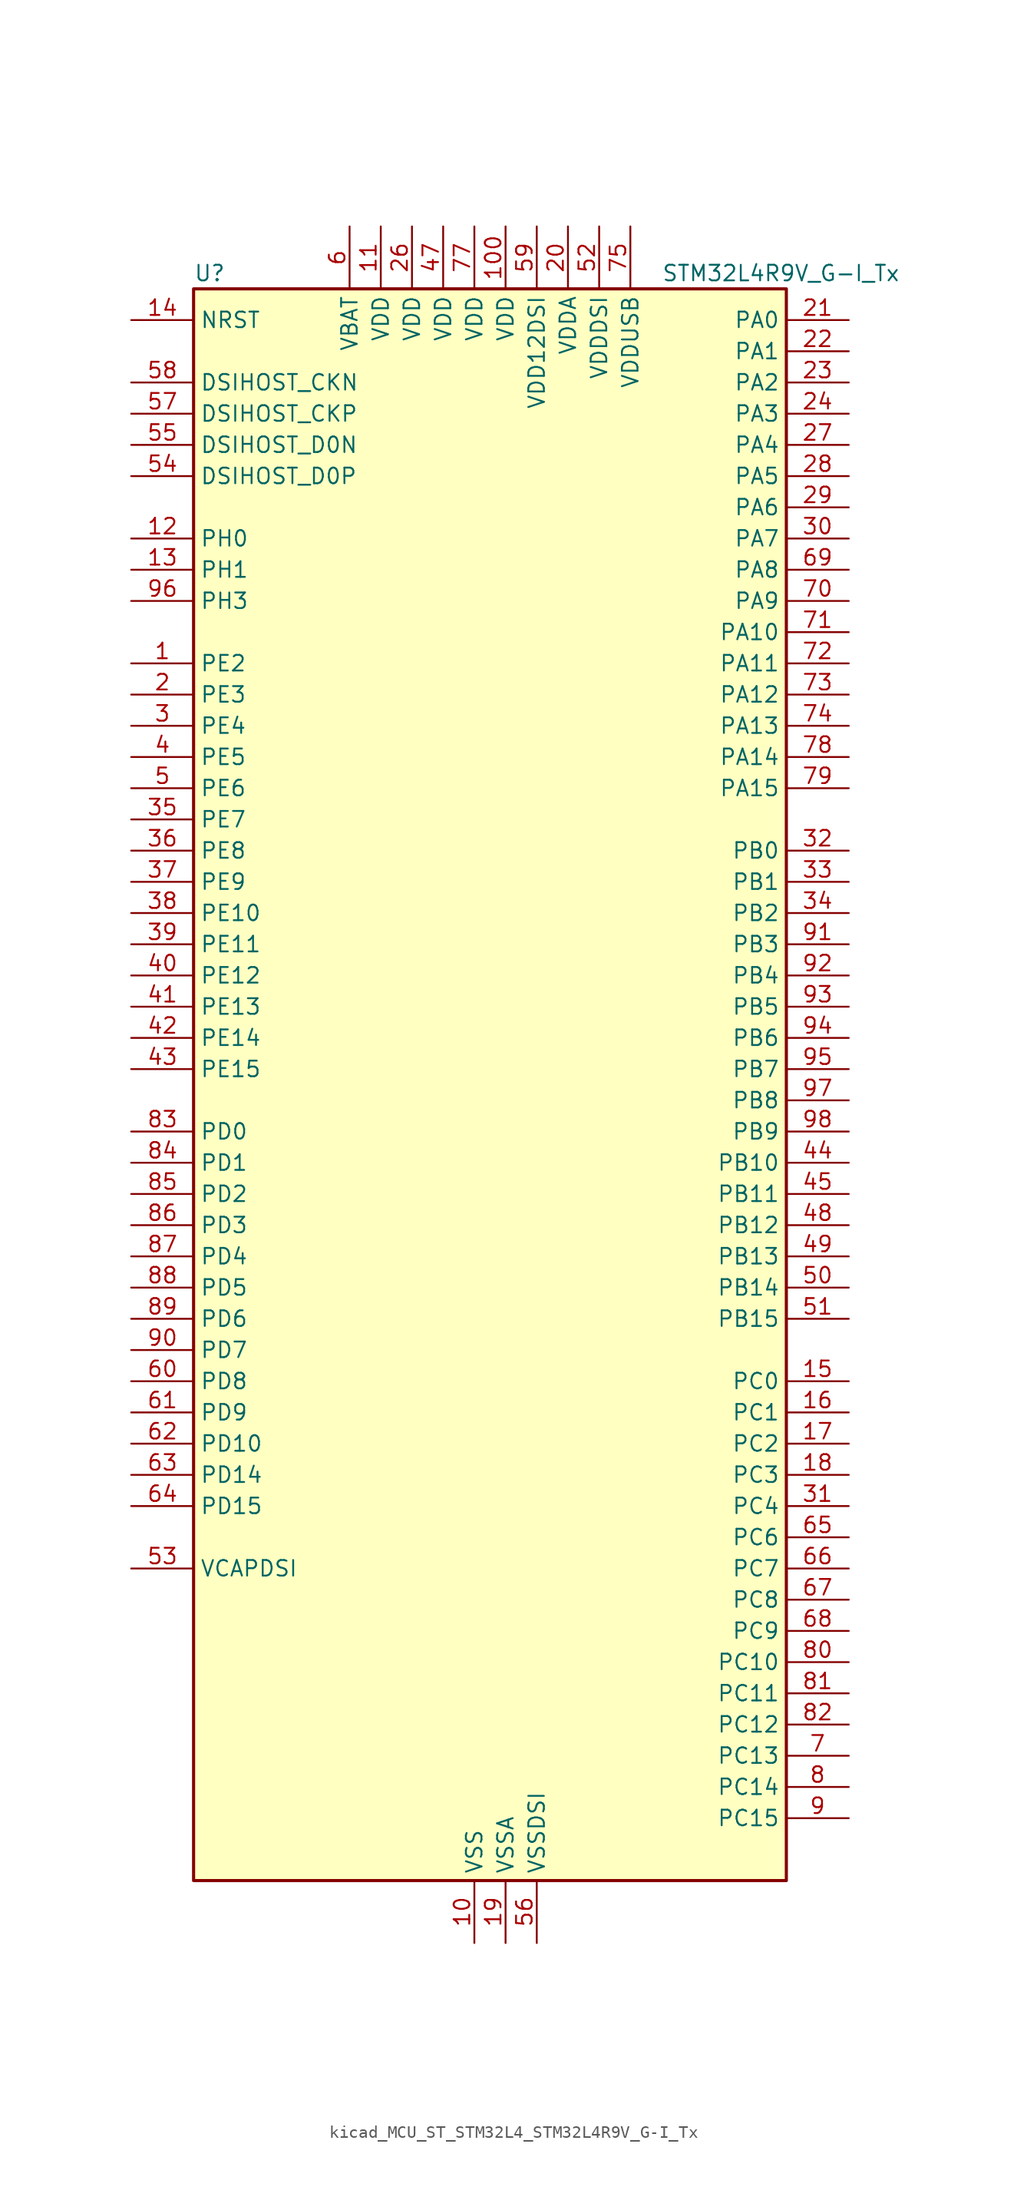
<source format=kicad_sym>
(kicad_symbol_lib
  (version 20220914)
  (generator kicad_symbol_editor)
  (symbol "kicad_MCU_ST_STM32L4_STM32L4R9V_G-I_Tx"
    (property "Reference" "U"
      (at -22.86 67.31 0)
      (effects (font (size 1.27 1.27)) (justify left)))
    (property "Value" "STM32L4R9V_G-I_Tx"
      (at 15.24 67.31 0)
      (effects (font (size 1.27 1.27)) (justify left)))
    (property "ki_locked" ""
      (at 0 0 0)
      (effects (font (size 1.27 1.27))))
    (symbol "kicad_MCU_ST_STM32L4_STM32L4R9V_G-I_Tx_0_1"
      (rectangle (start -22.86 -63.5) (end 25.4 66.04) (stroke (width 0.254) (type default)) (fill (type background))))
    (symbol "kicad_MCU_ST_STM32L4_STM32L4R9V_G-I_Tx_1_1"
      (pin bidirectional line (at -27.94 35.56 0) (length 5.08) (name "PE2" (effects (font (size 1.27 1.27)))) (number "1" (effects (font (size 1.27 1.27)))) (alternate "FMC_A23" bidirectional line) (alternate "LTDC_R0" bidirectional line) (alternate "SAI1_CK1" bidirectional line) (alternate "SAI1_MCLK_A" bidirectional line) (alternate "SYS_TRACECLK" bidirectional line) (alternate "TIM3_ETR" bidirectional line) (alternate "TSC_G7_IO1" bidirectional line))
      (pin power_in line (at 0 -68.58 90) (length 5.08) (name "VSS" (effects (font (size 1.27 1.27)))) (number "10" (effects (font (size 1.27 1.27)))))
      (pin power_in line (at 2.54 71.12 270) (length 5.08) (name "VDD" (effects (font (size 1.27 1.27)))) (number "100" (effects (font (size 1.27 1.27)))))
      (pin power_in line (at -7.62 71.12 270) (length 5.08) (name "VDD" (effects (font (size 1.27 1.27)))) (number "11" (effects (font (size 1.27 1.27)))))
      (pin bidirectional line (at -27.94 45.72 0) (length 5.08) (name "PH0" (effects (font (size 1.27 1.27)))) (number "12" (effects (font (size 1.27 1.27)))) (alternate "RCC_OSC_IN" bidirectional line))
      (pin bidirectional line (at -27.94 43.18 0) (length 5.08) (name "PH1" (effects (font (size 1.27 1.27)))) (number "13" (effects (font (size 1.27 1.27)))) (alternate "RCC_OSC_OUT" bidirectional line))
      (pin input line (at -27.94 63.5 0) (length 5.08) (name "NRST" (effects (font (size 1.27 1.27)))) (number "14" (effects (font (size 1.27 1.27)))))
      (pin bidirectional line (at 30.48 -22.86 180) (length 5.08) (name "PC0" (effects (font (size 1.27 1.27)))) (number "15" (effects (font (size 1.27 1.27)))) (alternate "ADC1_IN1" bidirectional line) (alternate "DFSDM1_DATIN4" bidirectional line) (alternate "I2C3_SCL" bidirectional line) (alternate "LPTIM1_IN1" bidirectional line) (alternate "LPTIM2_IN1" bidirectional line) (alternate "LPUART1_RX" bidirectional line) (alternate "SAI2_FS_A" bidirectional line))
      (pin bidirectional line (at 30.48 -25.4 180) (length 5.08) (name "PC1" (effects (font (size 1.27 1.27)))) (number "16" (effects (font (size 1.27 1.27)))) (alternate "ADC1_IN2" bidirectional line) (alternate "DFSDM1_CKIN4" bidirectional line) (alternate "I2C3_SDA" bidirectional line) (alternate "LPTIM1_OUT" bidirectional line) (alternate "LPUART1_TX" bidirectional line) (alternate "OCTOSPIM_P1_IO4" bidirectional line) (alternate "SAI1_SD_A" bidirectional line) (alternate "SPI2_MOSI" bidirectional line) (alternate "SYS_TRACED0" bidirectional line))
      (pin bidirectional line (at 30.48 -27.94 180) (length 5.08) (name "PC2" (effects (font (size 1.27 1.27)))) (number "17" (effects (font (size 1.27 1.27)))) (alternate "ADC1_IN3" bidirectional line) (alternate "DFSDM1_CKOUT" bidirectional line) (alternate "LPTIM1_IN2" bidirectional line) (alternate "OCTOSPIM_P1_IO5" bidirectional line) (alternate "SPI2_MISO" bidirectional line))
      (pin bidirectional line (at 30.48 -30.48 180) (length 5.08) (name "PC3" (effects (font (size 1.27 1.27)))) (number "18" (effects (font (size 1.27 1.27)))) (alternate "ADC1_IN4" bidirectional line) (alternate "LPTIM1_ETR" bidirectional line) (alternate "LPTIM2_ETR" bidirectional line) (alternate "OCTOSPIM_P1_IO6" bidirectional line) (alternate "SAI1_D1" bidirectional line) (alternate "SAI1_SD_A" bidirectional line) (alternate "SPI2_MOSI" bidirectional line))
      (pin power_in line (at 2.54 -68.58 90) (length 5.08) (name "VSSA" (effects (font (size 1.27 1.27)))) (number "19" (effects (font (size 1.27 1.27)))))
      (pin bidirectional line (at -27.94 33.02 0) (length 5.08) (name "PE3" (effects (font (size 1.27 1.27)))) (number "2" (effects (font (size 1.27 1.27)))) (alternate "FMC_A19" bidirectional line) (alternate "LTDC_R1" bidirectional line) (alternate "OCTOSPIM_P1_DQS" bidirectional line) (alternate "SAI1_SD_B" bidirectional line) (alternate "SYS_TRACED0" bidirectional line) (alternate "TIM3_CH1" bidirectional line) (alternate "TSC_G7_IO2" bidirectional line))
      (pin power_in line (at 7.62 71.12 270) (length 5.08) (name "VDDA" (effects (font (size 1.27 1.27)))) (number "20" (effects (font (size 1.27 1.27)))))
      (pin bidirectional line (at 30.48 63.5 180) (length 5.08) (name "PA0" (effects (font (size 1.27 1.27)))) (number "21" (effects (font (size 1.27 1.27)))) (alternate "ADC1_IN5" bidirectional line) (alternate "OPAMP1_VINP" bidirectional line) (alternate "RTC_TAMP2" bidirectional line) (alternate "SAI1_EXTCLK" bidirectional line) (alternate "SYS_WKUP1" bidirectional line) (alternate "TIM2_CH1" bidirectional line) (alternate "TIM2_ETR" bidirectional line) (alternate "TIM5_CH1" bidirectional line) (alternate "TIM8_ETR" bidirectional line) (alternate "UART4_TX" bidirectional line) (alternate "USART2_CTS" bidirectional line) (alternate "USART2_NSS" bidirectional line))
      (pin bidirectional line (at 30.48 60.96 180) (length 5.08) (name "PA1" (effects (font (size 1.27 1.27)))) (number "22" (effects (font (size 1.27 1.27)))) (alternate "ADC1_IN6" bidirectional line) (alternate "I2C1_SMBA" bidirectional line) (alternate "OCTOSPIM_P1_DQS" bidirectional line) (alternate "OPAMP1_VINM" bidirectional line) (alternate "SPI1_SCK" bidirectional line) (alternate "TIM15_CH1N" bidirectional line) (alternate "TIM2_CH2" bidirectional line) (alternate "TIM5_CH2" bidirectional line) (alternate "UART4_RX" bidirectional line) (alternate "USART2_DE" bidirectional line) (alternate "USART2_RTS" bidirectional line))
      (pin bidirectional line (at 30.48 58.42 180) (length 5.08) (name "PA2" (effects (font (size 1.27 1.27)))) (number "23" (effects (font (size 1.27 1.27)))) (alternate "ADC1_IN7" bidirectional line) (alternate "LPUART1_TX" bidirectional line) (alternate "OCTOSPIM_P1_NCS" bidirectional line) (alternate "RCC_LSCO" bidirectional line) (alternate "SAI2_EXTCLK" bidirectional line) (alternate "SYS_WKUP4" bidirectional line) (alternate "TIM15_CH1" bidirectional line) (alternate "TIM2_CH3" bidirectional line) (alternate "TIM5_CH3" bidirectional line) (alternate "USART2_TX" bidirectional line))
      (pin bidirectional line (at 30.48 55.88 180) (length 5.08) (name "PA3" (effects (font (size 1.27 1.27)))) (number "24" (effects (font (size 1.27 1.27)))) (alternate "ADC1_IN8" bidirectional line) (alternate "LPUART1_RX" bidirectional line) (alternate "OCTOSPIM_P1_CLK" bidirectional line) (alternate "OPAMP1_VOUT" bidirectional line) (alternate "SAI1_CK1" bidirectional line) (alternate "SAI1_MCLK_A" bidirectional line) (alternate "TIM15_CH2" bidirectional line) (alternate "TIM2_CH4" bidirectional line) (alternate "TIM5_CH4" bidirectional line) (alternate "USART2_RX" bidirectional line))
      (pin passive line (at 0 -68.58 90) (length 5.08) hide (name "VSS" (effects (font (size 1.27 1.27)))) (number "25" (effects (font (size 1.27 1.27)))))
      (pin power_in line (at -5.08 71.12 270) (length 5.08) (name "VDD" (effects (font (size 1.27 1.27)))) (number "26" (effects (font (size 1.27 1.27)))))
      (pin bidirectional line (at 30.48 53.34 180) (length 5.08) (name "PA4" (effects (font (size 1.27 1.27)))) (number "27" (effects (font (size 1.27 1.27)))) (alternate "ADC1_IN9" bidirectional line) (alternate "DAC1_OUT1" bidirectional line) (alternate "DCMI_HSYNC" bidirectional line) (alternate "LPTIM2_OUT" bidirectional line) (alternate "OCTOSPIM_P1_NCS" bidirectional line) (alternate "SAI1_FS_B" bidirectional line) (alternate "SPI1_NSS" bidirectional line) (alternate "SPI3_NSS" bidirectional line) (alternate "USART2_CK" bidirectional line))
      (pin bidirectional line (at 30.48 50.8 180) (length 5.08) (name "PA5" (effects (font (size 1.27 1.27)))) (number "28" (effects (font (size 1.27 1.27)))) (alternate "ADC1_IN10" bidirectional line) (alternate "DAC1_OUT2" bidirectional line) (alternate "LPTIM2_ETR" bidirectional line) (alternate "SPI1_SCK" bidirectional line) (alternate "TIM2_CH1" bidirectional line) (alternate "TIM2_ETR" bidirectional line) (alternate "TIM8_CH1N" bidirectional line))
      (pin bidirectional line (at 30.48 48.26 180) (length 5.08) (name "PA6" (effects (font (size 1.27 1.27)))) (number "29" (effects (font (size 1.27 1.27)))) (alternate "ADC1_IN11" bidirectional line) (alternate "DCMI_PIXCLK" bidirectional line) (alternate "LPUART1_CTS" bidirectional line) (alternate "OCTOSPIM_P1_IO3" bidirectional line) (alternate "OPAMP2_VINP" bidirectional line) (alternate "SPI1_MISO" bidirectional line) (alternate "TIM16_CH1" bidirectional line) (alternate "TIM1_BKIN" bidirectional line) (alternate "TIM3_CH1" bidirectional line) (alternate "TIM8_BKIN" bidirectional line) (alternate "USART3_CTS" bidirectional line) (alternate "USART3_NSS" bidirectional line))
      (pin bidirectional line (at -27.94 30.48 0) (length 5.08) (name "PE4" (effects (font (size 1.27 1.27)))) (number "3" (effects (font (size 1.27 1.27)))) (alternate "DCMI_D4" bidirectional line) (alternate "DFSDM1_DATIN3" bidirectional line) (alternate "FMC_A20" bidirectional line) (alternate "LTDC_B0" bidirectional line) (alternate "SAI1_D2" bidirectional line) (alternate "SAI1_FS_A" bidirectional line) (alternate "SYS_TRACED1" bidirectional line) (alternate "TIM3_CH2" bidirectional line) (alternate "TSC_G7_IO3" bidirectional line))
      (pin bidirectional line (at 30.48 45.72 180) (length 5.08) (name "PA7" (effects (font (size 1.27 1.27)))) (number "30" (effects (font (size 1.27 1.27)))) (alternate "ADC1_IN12" bidirectional line) (alternate "I2C3_SCL" bidirectional line) (alternate "OCTOSPIM_P1_IO2" bidirectional line) (alternate "OPAMP2_VINM" bidirectional line) (alternate "SPI1_MOSI" bidirectional line) (alternate "TIM17_CH1" bidirectional line) (alternate "TIM1_CH1N" bidirectional line) (alternate "TIM3_CH2" bidirectional line) (alternate "TIM8_CH1N" bidirectional line))
      (pin bidirectional line (at 30.48 -33.02 180) (length 5.08) (name "PC4" (effects (font (size 1.27 1.27)))) (number "31" (effects (font (size 1.27 1.27)))) (alternate "ADC1_IN13" bidirectional line) (alternate "COMP1_INM" bidirectional line) (alternate "OCTOSPIM_P1_IO7" bidirectional line) (alternate "USART3_TX" bidirectional line))
      (pin bidirectional line (at 30.48 20.32 180) (length 5.08) (name "PB0" (effects (font (size 1.27 1.27)))) (number "32" (effects (font (size 1.27 1.27)))) (alternate "ADC1_IN15" bidirectional line) (alternate "COMP1_OUT" bidirectional line) (alternate "OCTOSPIM_P1_IO1" bidirectional line) (alternate "OPAMP2_VOUT" bidirectional line) (alternate "SAI1_EXTCLK" bidirectional line) (alternate "SPI1_NSS" bidirectional line) (alternate "TIM1_CH2N" bidirectional line) (alternate "TIM3_CH3" bidirectional line) (alternate "TIM8_CH2N" bidirectional line) (alternate "USART3_CK" bidirectional line))
      (pin bidirectional line (at 30.48 17.78 180) (length 5.08) (name "PB1" (effects (font (size 1.27 1.27)))) (number "33" (effects (font (size 1.27 1.27)))) (alternate "ADC1_IN16" bidirectional line) (alternate "COMP1_INM" bidirectional line) (alternate "DFSDM1_DATIN0" bidirectional line) (alternate "LPTIM2_IN1" bidirectional line) (alternate "LPUART1_DE" bidirectional line) (alternate "LPUART1_RTS" bidirectional line) (alternate "OCTOSPIM_P1_IO0" bidirectional line) (alternate "TIM1_CH3N" bidirectional line) (alternate "TIM3_CH4" bidirectional line) (alternate "TIM8_CH3N" bidirectional line) (alternate "USART3_DE" bidirectional line) (alternate "USART3_RTS" bidirectional line))
      (pin bidirectional line (at 30.48 15.24 180) (length 5.08) (name "PB2" (effects (font (size 1.27 1.27)))) (number "34" (effects (font (size 1.27 1.27)))) (alternate "COMP1_INP" bidirectional line) (alternate "DFSDM1_CKIN0" bidirectional line) (alternate "I2C3_SMBA" bidirectional line) (alternate "LPTIM1_OUT" bidirectional line) (alternate "LTDC_B1" bidirectional line) (alternate "OCTOSPIM_P1_DQS" bidirectional line) (alternate "RTC_OUT_ALARM" bidirectional line) (alternate "RTC_OUT_CALIB" bidirectional line))
      (pin bidirectional line (at -27.94 22.86 0) (length 5.08) (name "PE7" (effects (font (size 1.27 1.27)))) (number "35" (effects (font (size 1.27 1.27)))) (alternate "DFSDM1_DATIN2" bidirectional line) (alternate "FMC_D4" bidirectional line) (alternate "FMC_DA4" bidirectional line) (alternate "LTDC_B6" bidirectional line) (alternate "SAI1_SD_B" bidirectional line) (alternate "TIM1_ETR" bidirectional line))
      (pin bidirectional line (at -27.94 20.32 0) (length 5.08) (name "PE8" (effects (font (size 1.27 1.27)))) (number "36" (effects (font (size 1.27 1.27)))) (alternate "DFSDM1_CKIN2" bidirectional line) (alternate "FMC_D5" bidirectional line) (alternate "FMC_DA5" bidirectional line) (alternate "LTDC_B7" bidirectional line) (alternate "SAI1_SCK_B" bidirectional line) (alternate "TIM1_CH1N" bidirectional line))
      (pin bidirectional line (at -27.94 17.78 0) (length 5.08) (name "PE9" (effects (font (size 1.27 1.27)))) (number "37" (effects (font (size 1.27 1.27)))) (alternate "DAC1_EXTI9" bidirectional line) (alternate "DFSDM1_CKOUT" bidirectional line) (alternate "FMC_D6" bidirectional line) (alternate "FMC_DA6" bidirectional line) (alternate "LTDC_G2" bidirectional line) (alternate "SAI1_FS_B" bidirectional line) (alternate "TIM1_CH1" bidirectional line))
      (pin bidirectional line (at -27.94 15.24 0) (length 5.08) (name "PE10" (effects (font (size 1.27 1.27)))) (number "38" (effects (font (size 1.27 1.27)))) (alternate "DFSDM1_DATIN4" bidirectional line) (alternate "FMC_D7" bidirectional line) (alternate "FMC_DA7" bidirectional line) (alternate "LTDC_G3" bidirectional line) (alternate "OCTOSPIM_P1_CLK" bidirectional line) (alternate "SAI1_MCLK_B" bidirectional line) (alternate "TIM1_CH2N" bidirectional line) (alternate "TSC_G5_IO1" bidirectional line))
      (pin bidirectional line (at -27.94 12.7 0) (length 5.08) (name "PE11" (effects (font (size 1.27 1.27)))) (number "39" (effects (font (size 1.27 1.27)))) (alternate "ADC1_EXTI11" bidirectional line) (alternate "DFSDM1_CKIN4" bidirectional line) (alternate "FMC_D8" bidirectional line) (alternate "FMC_DA8" bidirectional line) (alternate "LTDC_G4" bidirectional line) (alternate "OCTOSPIM_P1_NCS" bidirectional line) (alternate "TIM1_CH2" bidirectional line) (alternate "TSC_G5_IO2" bidirectional line))
      (pin bidirectional line (at -27.94 27.94 0) (length 5.08) (name "PE5" (effects (font (size 1.27 1.27)))) (number "4" (effects (font (size 1.27 1.27)))) (alternate "DCMI_D6" bidirectional line) (alternate "DFSDM1_CKIN3" bidirectional line) (alternate "FMC_A21" bidirectional line) (alternate "LTDC_G0" bidirectional line) (alternate "SAI1_CK2" bidirectional line) (alternate "SAI1_SCK_A" bidirectional line) (alternate "SYS_TRACED2" bidirectional line) (alternate "TIM3_CH3" bidirectional line) (alternate "TSC_G7_IO4" bidirectional line))
      (pin bidirectional line (at -27.94 10.16 0) (length 5.08) (name "PE12" (effects (font (size 1.27 1.27)))) (number "40" (effects (font (size 1.27 1.27)))) (alternate "DFSDM1_DATIN5" bidirectional line) (alternate "FMC_D9" bidirectional line) (alternate "FMC_DA9" bidirectional line) (alternate "LTDC_G5" bidirectional line) (alternate "OCTOSPIM_P1_IO0" bidirectional line) (alternate "SPI1_NSS" bidirectional line) (alternate "TIM1_CH3N" bidirectional line) (alternate "TSC_G5_IO3" bidirectional line))
      (pin bidirectional line (at -27.94 7.62 0) (length 5.08) (name "PE13" (effects (font (size 1.27 1.27)))) (number "41" (effects (font (size 1.27 1.27)))) (alternate "DFSDM1_CKIN5" bidirectional line) (alternate "FMC_D10" bidirectional line) (alternate "FMC_DA10" bidirectional line) (alternate "LTDC_G6" bidirectional line) (alternate "OCTOSPIM_P1_IO1" bidirectional line) (alternate "SPI1_SCK" bidirectional line) (alternate "TIM1_CH3" bidirectional line) (alternate "TSC_G5_IO4" bidirectional line))
      (pin bidirectional line (at -27.94 5.08 0) (length 5.08) (name "PE14" (effects (font (size 1.27 1.27)))) (number "42" (effects (font (size 1.27 1.27)))) (alternate "FMC_D11" bidirectional line) (alternate "FMC_DA11" bidirectional line) (alternate "LTDC_G7" bidirectional line) (alternate "OCTOSPIM_P1_IO2" bidirectional line) (alternate "SPI1_MISO" bidirectional line) (alternate "TIM1_BKIN2" bidirectional line) (alternate "TIM1_CH4" bidirectional line))
      (pin bidirectional line (at -27.94 2.54 0) (length 5.08) (name "PE15" (effects (font (size 1.27 1.27)))) (number "43" (effects (font (size 1.27 1.27)))) (alternate "ADC1_EXTI15" bidirectional line) (alternate "FMC_D12" bidirectional line) (alternate "FMC_DA12" bidirectional line) (alternate "LTDC_R2" bidirectional line) (alternate "OCTOSPIM_P1_IO3" bidirectional line) (alternate "SPI1_MOSI" bidirectional line) (alternate "TIM1_BKIN" bidirectional line))
      (pin bidirectional line (at 30.48 -5.08 180) (length 5.08) (name "PB10" (effects (font (size 1.27 1.27)))) (number "44" (effects (font (size 1.27 1.27)))) (alternate "COMP1_OUT" bidirectional line) (alternate "DFSDM1_DATIN7" bidirectional line) (alternate "I2C2_SCL" bidirectional line) (alternate "I2C4_SCL" bidirectional line) (alternate "LPUART1_RX" bidirectional line) (alternate "OCTOSPIM_P1_CLK" bidirectional line) (alternate "SAI1_SCK_A" bidirectional line) (alternate "SPI2_SCK" bidirectional line) (alternate "TIM2_CH3" bidirectional line) (alternate "TSC_SYNC" bidirectional line) (alternate "USART3_TX" bidirectional line))
      (pin bidirectional line (at 30.48 -7.62 180) (length 5.08) (name "PB11" (effects (font (size 1.27 1.27)))) (number "45" (effects (font (size 1.27 1.27)))) (alternate "ADC1_EXTI11" bidirectional line) (alternate "COMP2_OUT" bidirectional line) (alternate "DFSDM1_CKIN7" bidirectional line) (alternate "DSIHOST_TE" bidirectional line) (alternate "I2C2_SDA" bidirectional line) (alternate "I2C4_SDA" bidirectional line) (alternate "LPUART1_TX" bidirectional line) (alternate "OCTOSPIM_P1_NCS" bidirectional line) (alternate "TIM2_CH4" bidirectional line) (alternate "USART3_RX" bidirectional line))
      (pin passive line (at 0 -68.58 90) (length 5.08) hide (name "VSS" (effects (font (size 1.27 1.27)))) (number "46" (effects (font (size 1.27 1.27)))))
      (pin power_in line (at -2.54 71.12 270) (length 5.08) (name "VDD" (effects (font (size 1.27 1.27)))) (number "47" (effects (font (size 1.27 1.27)))))
      (pin bidirectional line (at 30.48 -10.16 180) (length 5.08) (name "PB12" (effects (font (size 1.27 1.27)))) (number "48" (effects (font (size 1.27 1.27)))) (alternate "DFSDM1_DATIN1" bidirectional line) (alternate "I2C2_SMBA" bidirectional line) (alternate "LPUART1_DE" bidirectional line) (alternate "LPUART1_RTS" bidirectional line) (alternate "SAI2_FS_A" bidirectional line) (alternate "SPI2_NSS" bidirectional line) (alternate "TIM15_BKIN" bidirectional line) (alternate "TIM1_BKIN" bidirectional line) (alternate "TSC_G1_IO1" bidirectional line) (alternate "USART3_CK" bidirectional line))
      (pin bidirectional line (at 30.48 -12.7 180) (length 5.08) (name "PB13" (effects (font (size 1.27 1.27)))) (number "49" (effects (font (size 1.27 1.27)))) (alternate "DFSDM1_CKIN1" bidirectional line) (alternate "I2C2_SCL" bidirectional line) (alternate "LPUART1_CTS" bidirectional line) (alternate "SAI2_SCK_A" bidirectional line) (alternate "SPI2_SCK" bidirectional line) (alternate "TIM15_CH1N" bidirectional line) (alternate "TIM1_CH1N" bidirectional line) (alternate "TSC_G1_IO2" bidirectional line) (alternate "USART3_CTS" bidirectional line) (alternate "USART3_NSS" bidirectional line))
      (pin bidirectional line (at -27.94 25.4 0) (length 5.08) (name "PE6" (effects (font (size 1.27 1.27)))) (number "5" (effects (font (size 1.27 1.27)))) (alternate "DCMI_D7" bidirectional line) (alternate "FMC_A22" bidirectional line) (alternate "LTDC_G1" bidirectional line) (alternate "RTC_TAMP3" bidirectional line) (alternate "SAI1_D1" bidirectional line) (alternate "SAI1_SD_A" bidirectional line) (alternate "SYS_TRACED3" bidirectional line) (alternate "SYS_WKUP3" bidirectional line) (alternate "TIM3_CH4" bidirectional line))
      (pin bidirectional line (at 30.48 -15.24 180) (length 5.08) (name "PB14" (effects (font (size 1.27 1.27)))) (number "50" (effects (font (size 1.27 1.27)))) (alternate "DFSDM1_DATIN2" bidirectional line) (alternate "I2C2_SDA" bidirectional line) (alternate "SAI2_MCLK_A" bidirectional line) (alternate "SPI2_MISO" bidirectional line) (alternate "TIM15_CH1" bidirectional line) (alternate "TIM1_CH2N" bidirectional line) (alternate "TIM8_CH2N" bidirectional line) (alternate "TSC_G1_IO3" bidirectional line) (alternate "USART3_DE" bidirectional line) (alternate "USART3_RTS" bidirectional line))
      (pin bidirectional line (at 30.48 -17.78 180) (length 5.08) (name "PB15" (effects (font (size 1.27 1.27)))) (number "51" (effects (font (size 1.27 1.27)))) (alternate "ADC1_EXTI15" bidirectional line) (alternate "DFSDM1_CKIN2" bidirectional line) (alternate "RTC_REFIN" bidirectional line) (alternate "SAI2_SD_A" bidirectional line) (alternate "SPI2_MOSI" bidirectional line) (alternate "TIM15_CH2" bidirectional line) (alternate "TIM1_CH3N" bidirectional line) (alternate "TIM8_CH3N" bidirectional line) (alternate "TSC_G1_IO4" bidirectional line))
      (pin power_in line (at 10.16 71.12 270) (length 5.08) (name "VDDDSI" (effects (font (size 1.27 1.27)))) (number "52" (effects (font (size 1.27 1.27)))))
      (pin power_out line (at -27.94 -38.1 0) (length 5.08) (name "VCAPDSI" (effects (font (size 1.27 1.27)))) (number "53" (effects (font (size 1.27 1.27)))))
      (pin bidirectional line (at -27.94 50.8 0) (length 5.08) (name "DSIHOST_D0P" (effects (font (size 1.27 1.27)))) (number "54" (effects (font (size 1.27 1.27)))) (alternate "DSIHOST_D0P" bidirectional line))
      (pin bidirectional line (at -27.94 53.34 0) (length 5.08) (name "DSIHOST_D0N" (effects (font (size 1.27 1.27)))) (number "55" (effects (font (size 1.27 1.27)))) (alternate "DSIHOST_D0N" bidirectional line))
      (pin power_in line (at 5.08 -68.58 90) (length 5.08) (name "VSSDSI" (effects (font (size 1.27 1.27)))) (number "56" (effects (font (size 1.27 1.27)))))
      (pin bidirectional line (at -27.94 55.88 0) (length 5.08) (name "DSIHOST_CKP" (effects (font (size 1.27 1.27)))) (number "57" (effects (font (size 1.27 1.27)))) (alternate "DSIHOST_CKP" bidirectional line))
      (pin bidirectional line (at -27.94 58.42 0) (length 5.08) (name "DSIHOST_CKN" (effects (font (size 1.27 1.27)))) (number "58" (effects (font (size 1.27 1.27)))) (alternate "DSIHOST_CKN" bidirectional line))
      (pin power_in line (at 5.08 71.12 270) (length 5.08) (name "VDD12DSI" (effects (font (size 1.27 1.27)))) (number "59" (effects (font (size 1.27 1.27)))))
      (pin power_in line (at -10.16 71.12 270) (length 5.08) (name "VBAT" (effects (font (size 1.27 1.27)))) (number "6" (effects (font (size 1.27 1.27)))))
      (pin bidirectional line (at -27.94 -22.86 0) (length 5.08) (name "PD8" (effects (font (size 1.27 1.27)))) (number "60" (effects (font (size 1.27 1.27)))) (alternate "DCMI_HSYNC" bidirectional line) (alternate "FMC_D13" bidirectional line) (alternate "FMC_DA13" bidirectional line) (alternate "LTDC_R3" bidirectional line) (alternate "USART3_TX" bidirectional line))
      (pin bidirectional line (at -27.94 -25.4 0) (length 5.08) (name "PD9" (effects (font (size 1.27 1.27)))) (number "61" (effects (font (size 1.27 1.27)))) (alternate "DAC1_EXTI9" bidirectional line) (alternate "DCMI_PIXCLK" bidirectional line) (alternate "FMC_D14" bidirectional line) (alternate "FMC_DA14" bidirectional line) (alternate "LTDC_R4" bidirectional line) (alternate "SAI2_MCLK_A" bidirectional line) (alternate "USART3_RX" bidirectional line))
      (pin bidirectional line (at -27.94 -27.94 0) (length 5.08) (name "PD10" (effects (font (size 1.27 1.27)))) (number "62" (effects (font (size 1.27 1.27)))) (alternate "FMC_D15" bidirectional line) (alternate "FMC_DA15" bidirectional line) (alternate "LTDC_R5" bidirectional line) (alternate "SAI2_SCK_A" bidirectional line) (alternate "TSC_G6_IO1" bidirectional line) (alternate "USART3_CK" bidirectional line))
      (pin bidirectional line (at -27.94 -30.48 0) (length 5.08) (name "PD14" (effects (font (size 1.27 1.27)))) (number "63" (effects (font (size 1.27 1.27)))) (alternate "FMC_D0" bidirectional line) (alternate "FMC_DA0" bidirectional line) (alternate "LTDC_B2" bidirectional line) (alternate "TIM4_CH3" bidirectional line))
      (pin bidirectional line (at -27.94 -33.02 0) (length 5.08) (name "PD15" (effects (font (size 1.27 1.27)))) (number "64" (effects (font (size 1.27 1.27)))) (alternate "ADC1_EXTI15" bidirectional line) (alternate "FMC_D1" bidirectional line) (alternate "FMC_DA1" bidirectional line) (alternate "LTDC_B3" bidirectional line) (alternate "TIM4_CH4" bidirectional line))
      (pin bidirectional line (at 30.48 -35.56 180) (length 5.08) (name "PC6" (effects (font (size 1.27 1.27)))) (number "65" (effects (font (size 1.27 1.27)))) (alternate "DCMI_D0" bidirectional line) (alternate "DFSDM1_CKIN3" bidirectional line) (alternate "LTDC_R0" bidirectional line) (alternate "SAI2_MCLK_A" bidirectional line) (alternate "SDMMC1_D0DIR" bidirectional line) (alternate "SDMMC1_D6" bidirectional line) (alternate "TIM3_CH1" bidirectional line) (alternate "TIM8_CH1" bidirectional line) (alternate "TSC_G4_IO1" bidirectional line))
      (pin bidirectional line (at 30.48 -38.1 180) (length 5.08) (name "PC7" (effects (font (size 1.27 1.27)))) (number "66" (effects (font (size 1.27 1.27)))) (alternate "DCMI_D1" bidirectional line) (alternate "DFSDM1_DATIN3" bidirectional line) (alternate "LTDC_R1" bidirectional line) (alternate "SAI2_MCLK_B" bidirectional line) (alternate "SDMMC1_D123DIR" bidirectional line) (alternate "SDMMC1_D7" bidirectional line) (alternate "TIM3_CH2" bidirectional line) (alternate "TIM8_CH2" bidirectional line) (alternate "TSC_G4_IO2" bidirectional line))
      (pin bidirectional line (at 30.48 -40.64 180) (length 5.08) (name "PC8" (effects (font (size 1.27 1.27)))) (number "67" (effects (font (size 1.27 1.27)))) (alternate "DCMI_D2" bidirectional line) (alternate "SDMMC1_D0" bidirectional line) (alternate "TIM3_CH3" bidirectional line) (alternate "TIM8_CH3" bidirectional line) (alternate "TSC_G4_IO3" bidirectional line))
      (pin bidirectional line (at 30.48 -43.18 180) (length 5.08) (name "PC9" (effects (font (size 1.27 1.27)))) (number "68" (effects (font (size 1.27 1.27)))) (alternate "DAC1_EXTI9" bidirectional line) (alternate "DCMI_D3" bidirectional line) (alternate "I2C3_SDA" bidirectional line) (alternate "SAI2_EXTCLK" bidirectional line) (alternate "SDMMC1_D1" bidirectional line) (alternate "SYS_TRACED0" bidirectional line) (alternate "TIM3_CH4" bidirectional line) (alternate "TIM8_BKIN2" bidirectional line) (alternate "TIM8_CH4" bidirectional line) (alternate "TSC_G4_IO4" bidirectional line) (alternate "USB_OTG_FS_NOE" bidirectional line))
      (pin bidirectional line (at 30.48 43.18 180) (length 5.08) (name "PA8" (effects (font (size 1.27 1.27)))) (number "69" (effects (font (size 1.27 1.27)))) (alternate "LPTIM2_OUT" bidirectional line) (alternate "RCC_MCO" bidirectional line) (alternate "SAI1_CK2" bidirectional line) (alternate "SAI1_SCK_A" bidirectional line) (alternate "TIM1_CH1" bidirectional line) (alternate "USART1_CK" bidirectional line) (alternate "USB_OTG_FS_SOF" bidirectional line))
      (pin bidirectional line (at 30.48 -53.34 180) (length 5.08) (name "PC13" (effects (font (size 1.27 1.27)))) (number "7" (effects (font (size 1.27 1.27)))) (alternate "RTC_OUT_ALARM" bidirectional line) (alternate "RTC_OUT_CALIB" bidirectional line) (alternate "RTC_TAMP1" bidirectional line) (alternate "RTC_TS" bidirectional line) (alternate "SYS_WKUP2" bidirectional line))
      (pin bidirectional line (at 30.48 40.64 180) (length 5.08) (name "PA9" (effects (font (size 1.27 1.27)))) (number "70" (effects (font (size 1.27 1.27)))) (alternate "DAC1_EXTI9" bidirectional line) (alternate "DCMI_D0" bidirectional line) (alternate "SAI1_FS_A" bidirectional line) (alternate "SPI2_SCK" bidirectional line) (alternate "TIM15_BKIN" bidirectional line) (alternate "TIM1_CH2" bidirectional line) (alternate "USART1_TX" bidirectional line) (alternate "USB_OTG_FS_VBUS" bidirectional line))
      (pin bidirectional line (at 30.48 38.1 180) (length 5.08) (name "PA10" (effects (font (size 1.27 1.27)))) (number "71" (effects (font (size 1.27 1.27)))) (alternate "DCMI_D1" bidirectional line) (alternate "SAI1_D1" bidirectional line) (alternate "SAI1_SD_A" bidirectional line) (alternate "TIM17_BKIN" bidirectional line) (alternate "TIM1_CH3" bidirectional line) (alternate "USART1_RX" bidirectional line) (alternate "USB_OTG_FS_ID" bidirectional line))
      (pin bidirectional line (at 30.48 35.56 180) (length 5.08) (name "PA11" (effects (font (size 1.27 1.27)))) (number "72" (effects (font (size 1.27 1.27)))) (alternate "ADC1_EXTI11" bidirectional line) (alternate "CAN1_RX" bidirectional line) (alternate "SPI1_MISO" bidirectional line) (alternate "TIM1_BKIN2" bidirectional line) (alternate "TIM1_CH4" bidirectional line) (alternate "USART1_CTS" bidirectional line) (alternate "USART1_NSS" bidirectional line) (alternate "USB_OTG_FS_DM" bidirectional line))
      (pin bidirectional line (at 30.48 33.02 180) (length 5.08) (name "PA12" (effects (font (size 1.27 1.27)))) (number "73" (effects (font (size 1.27 1.27)))) (alternate "CAN1_TX" bidirectional line) (alternate "SPI1_MOSI" bidirectional line) (alternate "TIM1_ETR" bidirectional line) (alternate "USART1_DE" bidirectional line) (alternate "USART1_RTS" bidirectional line) (alternate "USB_OTG_FS_DP" bidirectional line))
      (pin bidirectional line (at 30.48 30.48 180) (length 5.08) (name "PA13" (effects (font (size 1.27 1.27)))) (number "74" (effects (font (size 1.27 1.27)))) (alternate "IR_OUT" bidirectional line) (alternate "SAI1_SD_B" bidirectional line) (alternate "SYS_JTMS-SWDIO" bidirectional line) (alternate "USB_OTG_FS_NOE" bidirectional line))
      (pin power_in line (at 12.7 71.12 270) (length 5.08) (name "VDDUSB" (effects (font (size 1.27 1.27)))) (number "75" (effects (font (size 1.27 1.27)))))
      (pin passive line (at 0 -68.58 90) (length 5.08) hide (name "VSS" (effects (font (size 1.27 1.27)))) (number "76" (effects (font (size 1.27 1.27)))))
      (pin power_in line (at 0 71.12 270) (length 5.08) (name "VDD" (effects (font (size 1.27 1.27)))) (number "77" (effects (font (size 1.27 1.27)))))
      (pin bidirectional line (at 30.48 27.94 180) (length 5.08) (name "PA14" (effects (font (size 1.27 1.27)))) (number "78" (effects (font (size 1.27 1.27)))) (alternate "I2C1_SMBA" bidirectional line) (alternate "I2C4_SMBA" bidirectional line) (alternate "LPTIM1_OUT" bidirectional line) (alternate "SAI1_FS_B" bidirectional line) (alternate "SYS_JTCK-SWCLK" bidirectional line) (alternate "USB_OTG_FS_SOF" bidirectional line))
      (pin bidirectional line (at 30.48 25.4 180) (length 5.08) (name "PA15" (effects (font (size 1.27 1.27)))) (number "79" (effects (font (size 1.27 1.27)))) (alternate "ADC1_EXTI15" bidirectional line) (alternate "SAI2_FS_B" bidirectional line) (alternate "SPI1_NSS" bidirectional line) (alternate "SPI3_NSS" bidirectional line) (alternate "SYS_JTDI" bidirectional line) (alternate "TIM2_CH1" bidirectional line) (alternate "TIM2_ETR" bidirectional line) (alternate "TSC_G3_IO1" bidirectional line) (alternate "UART4_DE" bidirectional line) (alternate "UART4_RTS" bidirectional line) (alternate "USART2_RX" bidirectional line) (alternate "USART3_DE" bidirectional line) (alternate "USART3_RTS" bidirectional line))
      (pin bidirectional line (at 30.48 -55.88 180) (length 5.08) (name "PC14" (effects (font (size 1.27 1.27)))) (number "8" (effects (font (size 1.27 1.27)))) (alternate "RCC_OSC32_IN" bidirectional line))
      (pin bidirectional line (at 30.48 -45.72 180) (length 5.08) (name "PC10" (effects (font (size 1.27 1.27)))) (number "80" (effects (font (size 1.27 1.27)))) (alternate "DCMI_D8" bidirectional line) (alternate "SAI2_SCK_B" bidirectional line) (alternate "SDMMC1_D2" bidirectional line) (alternate "SPI3_SCK" bidirectional line) (alternate "SYS_TRACED1" bidirectional line) (alternate "TSC_G3_IO2" bidirectional line) (alternate "UART4_TX" bidirectional line) (alternate "USART3_TX" bidirectional line))
      (pin bidirectional line (at 30.48 -48.26 180) (length 5.08) (name "PC11" (effects (font (size 1.27 1.27)))) (number "81" (effects (font (size 1.27 1.27)))) (alternate "ADC1_EXTI11" bidirectional line) (alternate "DCMI_D2" bidirectional line) (alternate "DCMI_D4" bidirectional line) (alternate "OCTOSPIM_P1_NCS" bidirectional line) (alternate "SAI2_MCLK_B" bidirectional line) (alternate "SDMMC1_D3" bidirectional line) (alternate "SPI3_MISO" bidirectional line) (alternate "TSC_G3_IO3" bidirectional line) (alternate "UART4_RX" bidirectional line) (alternate "USART3_RX" bidirectional line))
      (pin bidirectional line (at 30.48 -50.8 180) (length 5.08) (name "PC12" (effects (font (size 1.27 1.27)))) (number "82" (effects (font (size 1.27 1.27)))) (alternate "DCMI_D9" bidirectional line) (alternate "SAI2_SD_B" bidirectional line) (alternate "SDMMC1_CK" bidirectional line) (alternate "SPI3_MOSI" bidirectional line) (alternate "SYS_TRACED3" bidirectional line) (alternate "TSC_G3_IO4" bidirectional line) (alternate "UART5_TX" bidirectional line) (alternate "USART3_CK" bidirectional line))
      (pin bidirectional line (at -27.94 -2.54 0) (length 5.08) (name "PD0" (effects (font (size 1.27 1.27)))) (number "83" (effects (font (size 1.27 1.27)))) (alternate "CAN1_RX" bidirectional line) (alternate "DFSDM1_DATIN7" bidirectional line) (alternate "FMC_D2" bidirectional line) (alternate "FMC_DA2" bidirectional line) (alternate "LTDC_B4" bidirectional line) (alternate "SPI2_NSS" bidirectional line))
      (pin bidirectional line (at -27.94 -5.08 0) (length 5.08) (name "PD1" (effects (font (size 1.27 1.27)))) (number "84" (effects (font (size 1.27 1.27)))) (alternate "CAN1_TX" bidirectional line) (alternate "DFSDM1_CKIN7" bidirectional line) (alternate "FMC_D3" bidirectional line) (alternate "FMC_DA3" bidirectional line) (alternate "LTDC_B5" bidirectional line) (alternate "SPI2_SCK" bidirectional line))
      (pin bidirectional line (at -27.94 -7.62 0) (length 5.08) (name "PD2" (effects (font (size 1.27 1.27)))) (number "85" (effects (font (size 1.27 1.27)))) (alternate "DCMI_D11" bidirectional line) (alternate "SDMMC1_CMD" bidirectional line) (alternate "SYS_TRACED2" bidirectional line) (alternate "TIM3_ETR" bidirectional line) (alternate "TSC_SYNC" bidirectional line) (alternate "UART5_RX" bidirectional line) (alternate "USART3_DE" bidirectional line) (alternate "USART3_RTS" bidirectional line))
      (pin bidirectional line (at -27.94 -10.16 0) (length 5.08) (name "PD3" (effects (font (size 1.27 1.27)))) (number "86" (effects (font (size 1.27 1.27)))) (alternate "DCMI_D5" bidirectional line) (alternate "DFSDM1_DATIN0" bidirectional line) (alternate "FMC_CLK" bidirectional line) (alternate "LTDC_CLK" bidirectional line) (alternate "OCTOSPIM_P2_NCS" bidirectional line) (alternate "SPI2_MISO" bidirectional line) (alternate "SPI2_SCK" bidirectional line) (alternate "USART2_CTS" bidirectional line) (alternate "USART2_NSS" bidirectional line))
      (pin bidirectional line (at -27.94 -12.7 0) (length 5.08) (name "PD4" (effects (font (size 1.27 1.27)))) (number "87" (effects (font (size 1.27 1.27)))) (alternate "DFSDM1_CKIN0" bidirectional line) (alternate "FMC_NOE" bidirectional line) (alternate "OCTOSPIM_P1_IO4" bidirectional line) (alternate "SPI2_MOSI" bidirectional line) (alternate "USART2_DE" bidirectional line) (alternate "USART2_RTS" bidirectional line))
      (pin bidirectional line (at -27.94 -15.24 0) (length 5.08) (name "PD5" (effects (font (size 1.27 1.27)))) (number "88" (effects (font (size 1.27 1.27)))) (alternate "FMC_NWE" bidirectional line) (alternate "OCTOSPIM_P1_IO5" bidirectional line) (alternate "USART2_TX" bidirectional line))
      (pin bidirectional line (at -27.94 -17.78 0) (length 5.08) (name "PD6" (effects (font (size 1.27 1.27)))) (number "89" (effects (font (size 1.27 1.27)))) (alternate "DCMI_D10" bidirectional line) (alternate "DFSDM1_DATIN1" bidirectional line) (alternate "FMC_NWAIT" bidirectional line) (alternate "LTDC_DE" bidirectional line) (alternate "OCTOSPIM_P1_IO6" bidirectional line) (alternate "SAI1_D1" bidirectional line) (alternate "SAI1_SD_A" bidirectional line) (alternate "SPI3_MOSI" bidirectional line) (alternate "USART2_RX" bidirectional line))
      (pin bidirectional line (at 30.48 -58.42 180) (length 5.08) (name "PC15" (effects (font (size 1.27 1.27)))) (number "9" (effects (font (size 1.27 1.27)))) (alternate "ADC1_EXTI15" bidirectional line) (alternate "RCC_OSC32_OUT" bidirectional line))
      (pin bidirectional line (at -27.94 -20.32 0) (length 5.08) (name "PD7" (effects (font (size 1.27 1.27)))) (number "90" (effects (font (size 1.27 1.27)))) (alternate "DFSDM1_CKIN1" bidirectional line) (alternate "FMC_NE1" bidirectional line) (alternate "OCTOSPIM_P1_IO7" bidirectional line) (alternate "USART2_CK" bidirectional line))
      (pin bidirectional line (at 30.48 12.7 180) (length 5.08) (name "PB3" (effects (font (size 1.27 1.27)))) (number "91" (effects (font (size 1.27 1.27)))) (alternate "COMP2_INM" bidirectional line) (alternate "CRS_SYNC" bidirectional line) (alternate "SAI1_SCK_B" bidirectional line) (alternate "SPI1_SCK" bidirectional line) (alternate "SPI3_SCK" bidirectional line) (alternate "SYS_JTDO-SWO" bidirectional line) (alternate "TIM2_CH2" bidirectional line) (alternate "USART1_DE" bidirectional line) (alternate "USART1_RTS" bidirectional line))
      (pin bidirectional line (at 30.48 10.16 180) (length 5.08) (name "PB4" (effects (font (size 1.27 1.27)))) (number "92" (effects (font (size 1.27 1.27)))) (alternate "COMP2_INP" bidirectional line) (alternate "DCMI_D12" bidirectional line) (alternate "I2C3_SDA" bidirectional line) (alternate "SAI1_MCLK_B" bidirectional line) (alternate "SPI1_MISO" bidirectional line) (alternate "SPI3_MISO" bidirectional line) (alternate "SYS_JTRST" bidirectional line) (alternate "TIM17_BKIN" bidirectional line) (alternate "TIM3_CH1" bidirectional line) (alternate "TSC_G2_IO1" bidirectional line) (alternate "UART5_DE" bidirectional line) (alternate "UART5_RTS" bidirectional line) (alternate "USART1_CTS" bidirectional line) (alternate "USART1_NSS" bidirectional line))
      (pin bidirectional line (at 30.48 7.62 180) (length 5.08) (name "PB5" (effects (font (size 1.27 1.27)))) (number "93" (effects (font (size 1.27 1.27)))) (alternate "COMP2_OUT" bidirectional line) (alternate "DCMI_D10" bidirectional line) (alternate "I2C1_SMBA" bidirectional line) (alternate "LPTIM1_IN1" bidirectional line) (alternate "SAI1_SD_B" bidirectional line) (alternate "SPI1_MOSI" bidirectional line) (alternate "SPI3_MOSI" bidirectional line) (alternate "TIM16_BKIN" bidirectional line) (alternate "TIM3_CH2" bidirectional line) (alternate "TSC_G2_IO2" bidirectional line) (alternate "UART5_CTS" bidirectional line) (alternate "USART1_CK" bidirectional line))
      (pin bidirectional line (at 30.48 5.08 180) (length 5.08) (name "PB6" (effects (font (size 1.27 1.27)))) (number "94" (effects (font (size 1.27 1.27)))) (alternate "COMP2_INP" bidirectional line) (alternate "DCMI_D5" bidirectional line) (alternate "DFSDM1_DATIN5" bidirectional line) (alternate "I2C1_SCL" bidirectional line) (alternate "I2C4_SCL" bidirectional line) (alternate "LPTIM1_ETR" bidirectional line) (alternate "SAI1_FS_B" bidirectional line) (alternate "TIM16_CH1N" bidirectional line) (alternate "TIM4_CH1" bidirectional line) (alternate "TIM8_BKIN2" bidirectional line) (alternate "TSC_G2_IO3" bidirectional line) (alternate "USART1_TX" bidirectional line))
      (pin bidirectional line (at 30.48 2.54 180) (length 5.08) (name "PB7" (effects (font (size 1.27 1.27)))) (number "95" (effects (font (size 1.27 1.27)))) (alternate "COMP2_INM" bidirectional line) (alternate "DCMI_VSYNC" bidirectional line) (alternate "DFSDM1_CKIN5" bidirectional line) (alternate "DSIHOST_TE" bidirectional line) (alternate "FMC_NL" bidirectional line) (alternate "I2C1_SDA" bidirectional line) (alternate "I2C4_SDA" bidirectional line) (alternate "LPTIM1_IN2" bidirectional line) (alternate "SYS_PVD_IN" bidirectional line) (alternate "TIM17_CH1N" bidirectional line) (alternate "TIM4_CH2" bidirectional line) (alternate "TIM8_BKIN" bidirectional line) (alternate "TSC_G2_IO4" bidirectional line) (alternate "UART4_CTS" bidirectional line) (alternate "USART1_RX" bidirectional line))
      (pin bidirectional line (at -27.94 40.64 0) (length 5.08) (name "PH3" (effects (font (size 1.27 1.27)))) (number "96" (effects (font (size 1.27 1.27)))))
      (pin bidirectional line (at 30.48 0 180) (length 5.08) (name "PB8" (effects (font (size 1.27 1.27)))) (number "97" (effects (font (size 1.27 1.27)))) (alternate "CAN1_RX" bidirectional line) (alternate "DCMI_D6" bidirectional line) (alternate "DFSDM1_CKOUT" bidirectional line) (alternate "DFSDM1_DATIN6" bidirectional line) (alternate "I2C1_SCL" bidirectional line) (alternate "LTDC_B1" bidirectional line) (alternate "SAI1_CK1" bidirectional line) (alternate "SAI1_MCLK_A" bidirectional line) (alternate "SDMMC1_CKIN" bidirectional line) (alternate "SDMMC1_D4" bidirectional line) (alternate "TIM16_CH1" bidirectional line) (alternate "TIM4_CH3" bidirectional line))
      (pin bidirectional line (at 30.48 -2.54 180) (length 5.08) (name "PB9" (effects (font (size 1.27 1.27)))) (number "98" (effects (font (size 1.27 1.27)))) (alternate "CAN1_TX" bidirectional line) (alternate "DAC1_EXTI9" bidirectional line) (alternate "DCMI_D7" bidirectional line) (alternate "DFSDM1_CKIN6" bidirectional line) (alternate "I2C1_SDA" bidirectional line) (alternate "IR_OUT" bidirectional line) (alternate "SAI1_D2" bidirectional line) (alternate "SAI1_FS_A" bidirectional line) (alternate "SDMMC1_CDIR" bidirectional line) (alternate "SDMMC1_D5" bidirectional line) (alternate "SPI2_NSS" bidirectional line) (alternate "TIM17_CH1" bidirectional line) (alternate "TIM4_CH4" bidirectional line))
      (pin passive line (at 0 -68.58 90) (length 5.08) hide (name "VSS" (effects (font (size 1.27 1.27)))) (number "99" (effects (font (size 1.27 1.27))))))))
</source>
